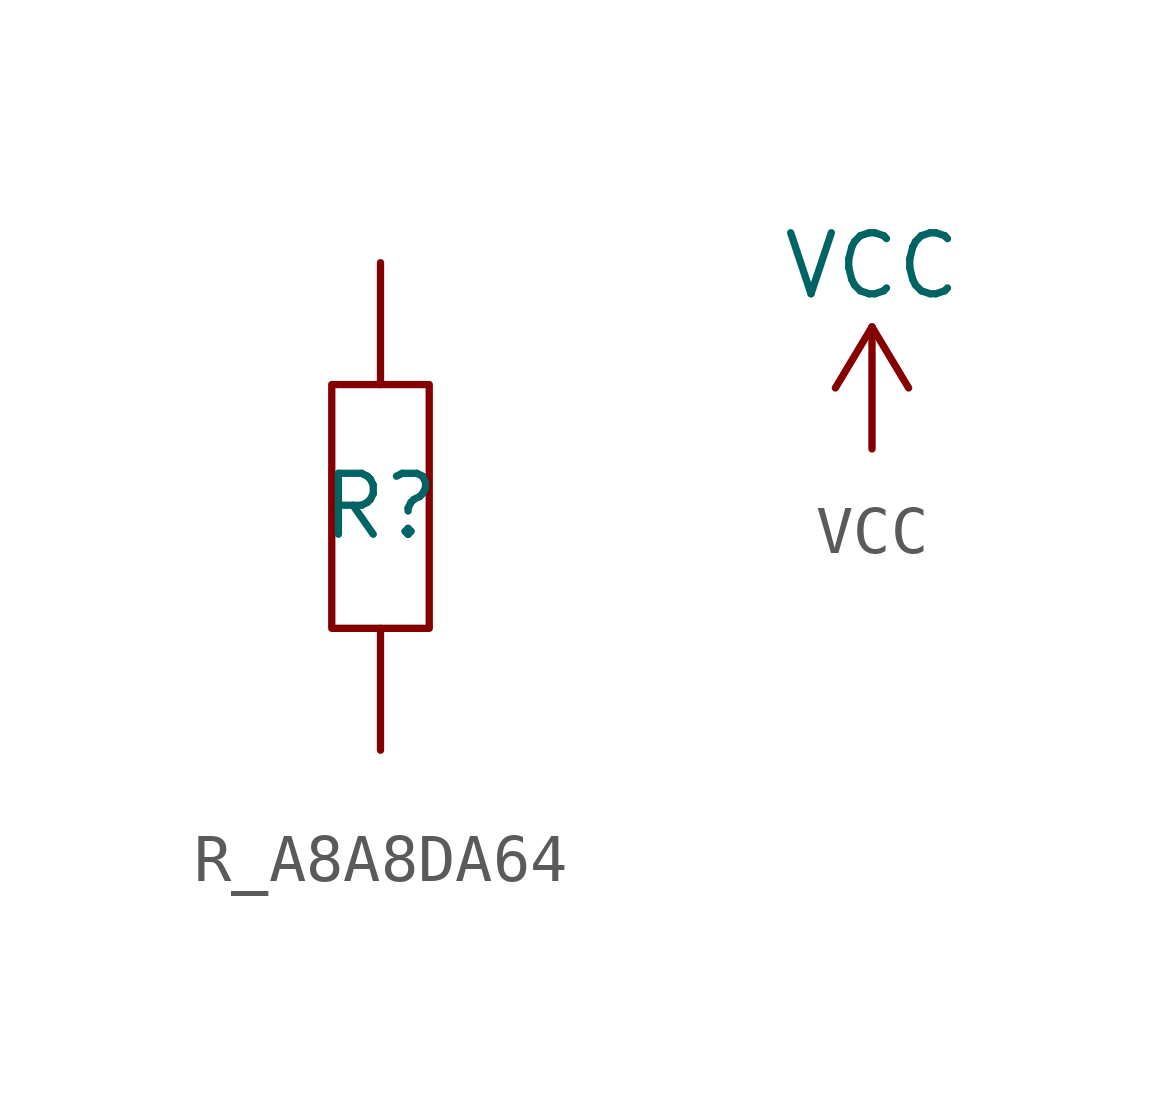
<source format=kicad_sym>
(kicad_symbol_lib
  (version 20211014)
  (generator kicad_symbol_editor)
  (symbol "R_A8A8DA64"
    (pin_numbers hide)
    (pin_names
      (offset 2) hide)
    (property "Reference" "R"
      (at 0 0 0)
      (effects (font (size 1.27 1.27))))
    (property "Value" ""
      (at 0 0 0)
      (effects (font (size 1.27 1.27))))
    (symbol "R_A8A8DA64_0_1"
      (rectangle (start -1.016 2.54) (end 1.016 -2.54) (stroke (width 0) (type default) (color 0 0 0 0)) (fill (type none))))
    (symbol "R_A8A8DA64_1_1"
      (pin input line (at 0 5.08 270) (length 2.54) (name "1" (effects (font (size 1.27 1.27)))) (number "1" (effects (font (size 1.27 1.27)))))
      (pin input line (at 0 -5.08 90) (length 2.54) (name "2" (effects (font (size 1.27 1.27)))) (number "2" (effects (font (size 1.27 1.27)))))))
  (symbol "VCC"
    (power)
    (pin_names
      (offset 0))
    (property "Reference" "#PWR"
      (at 0 0 0)
      (effects (font (size 1.27 1.27)) hide))
    (property "Value" "VCC"
      (at 0 3.81 0)
      (effects (font (size 1.27 1.27))))
    (symbol "VCC_0_1"
      (polyline (pts (xy -0.762 1.27) (xy 0 2.54)) (stroke (width 0) (type default) (color 0 0 0 0)) (fill (type none)))
      (polyline (pts (xy 0 0) (xy 0 2.54)) (stroke (width 0) (type default) (color 0 0 0 0)) (fill (type none)))
      (polyline (pts (xy 0 2.54) (xy 0.762 1.27)) (stroke (width 0) (type default) (color 0 0 0 0)) (fill (type none))))
    (symbol "VCC_1_1"
      (pin power_in line (at 0 0 0) (length 0) hide (name "VCC" (effects (font (size 1.27 1.27)))) (number "1" (effects (font (size 1.27 1.27))))))))
</source>
